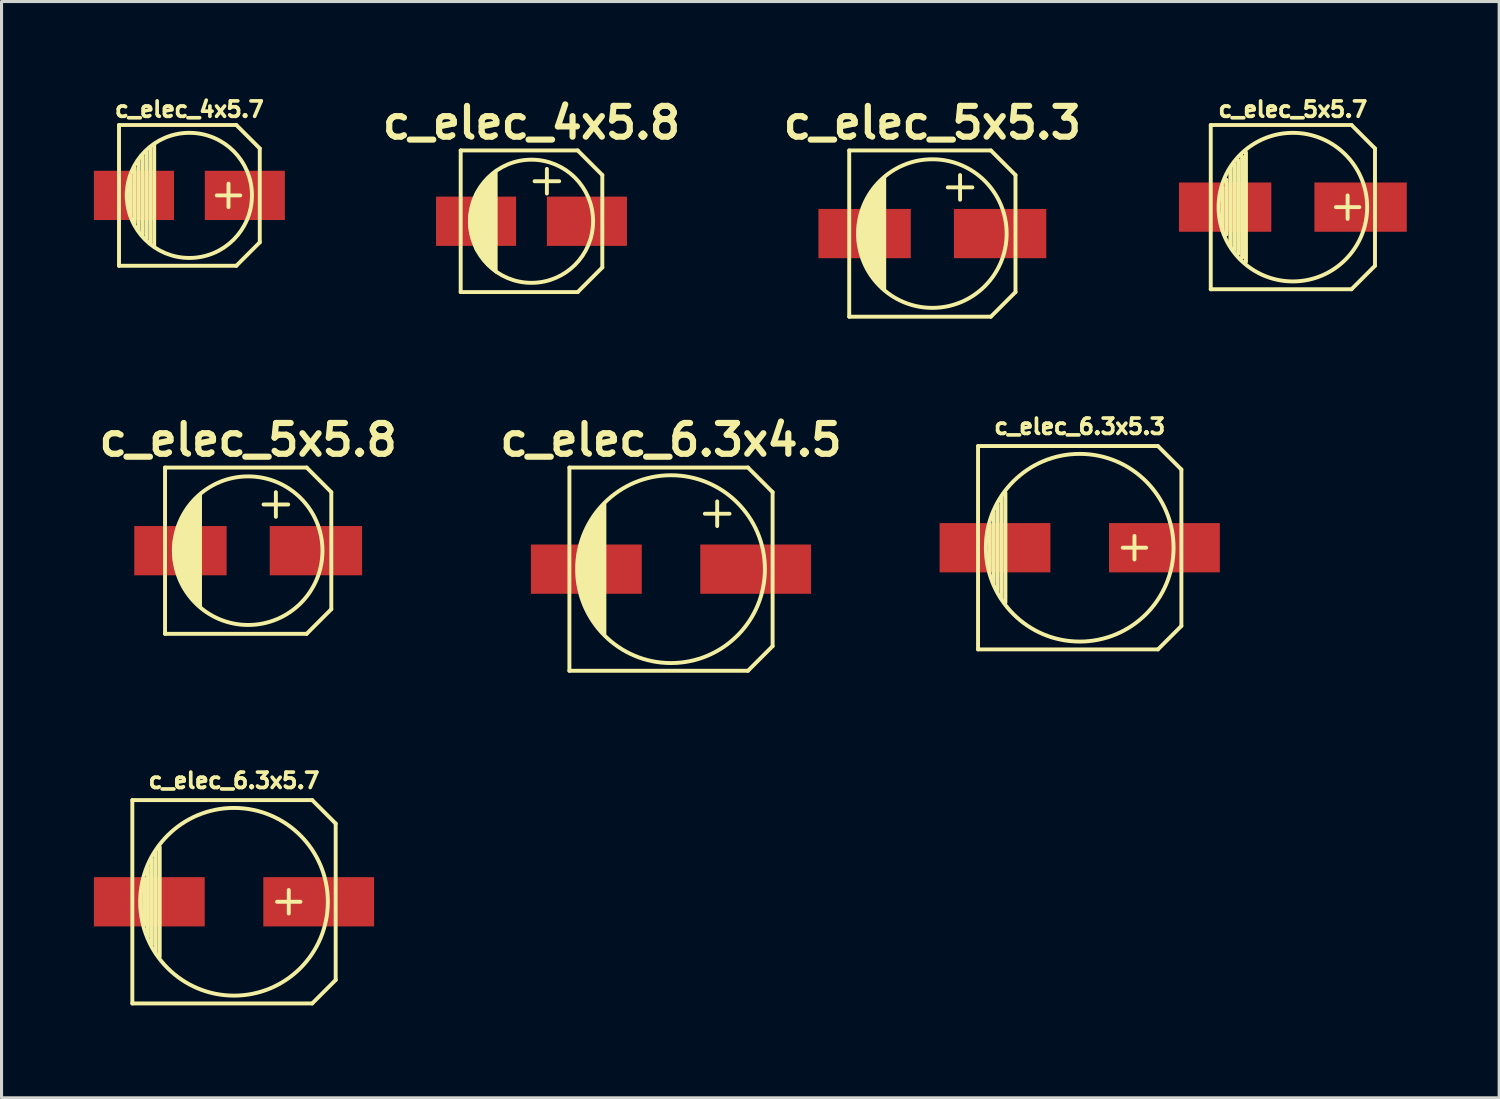
<source format=kicad_pcb>
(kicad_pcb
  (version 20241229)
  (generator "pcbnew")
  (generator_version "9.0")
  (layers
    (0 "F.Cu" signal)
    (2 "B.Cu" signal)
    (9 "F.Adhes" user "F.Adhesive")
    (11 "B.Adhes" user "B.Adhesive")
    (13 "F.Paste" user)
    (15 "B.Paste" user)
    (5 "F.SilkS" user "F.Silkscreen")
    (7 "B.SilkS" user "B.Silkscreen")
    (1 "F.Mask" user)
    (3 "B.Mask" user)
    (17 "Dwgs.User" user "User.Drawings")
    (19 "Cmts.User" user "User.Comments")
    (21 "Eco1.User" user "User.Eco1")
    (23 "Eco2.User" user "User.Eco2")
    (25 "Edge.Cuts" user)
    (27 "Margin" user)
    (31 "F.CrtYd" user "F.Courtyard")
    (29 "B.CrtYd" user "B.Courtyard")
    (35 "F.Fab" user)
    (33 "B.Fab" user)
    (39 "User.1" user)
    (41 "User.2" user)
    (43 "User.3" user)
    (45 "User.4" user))
  (footprint "c_elec_5x5.7"
    (layer "F.Cu")
    (at 38.94 3.677)
    (property "Reference" "c_elec_5x5.7" (at 0 -3.175 0) (layer "F.SilkS") (effects (font (size 0.5 0.5) (thickness 0.119))))
    (attr smd)
    (fp_line (start -2.667 -2.667) (end 1.905 -2.667) (stroke (width 0.127) (type solid)) (layer "F.SilkS"))
    (fp_line (start -2.667 2.667) (end -2.667 -2.667) (stroke (width 0.127) (type solid)) (layer "F.SilkS"))
    (fp_line (start -2.286 -0.635) (end -2.286 0.762) (stroke (width 0.127) (type solid)) (layer "F.SilkS"))
    (fp_line (start -2.159 -0.889) (end -2.159 0.889) (stroke (width 0.127) (type solid)) (layer "F.SilkS"))
    (fp_line (start -2.032 -1.27) (end -2.032 1.27) (stroke (width 0.127) (type solid)) (layer "F.SilkS"))
    (fp_line (start -1.905 1.397) (end -1.905 -1.397) (stroke (width 0.127) (type solid)) (layer "F.SilkS"))
    (fp_line (start -1.778 -1.524) (end -1.778 1.524) (stroke (width 0.127) (type solid)) (layer "F.SilkS"))
    (fp_line (start -1.651 1.651) (end -1.651 -1.651) (stroke (width 0.127) (type solid)) (layer "F.SilkS"))
    (fp_line (start -1.524 -1.778) (end -1.524 1.778) (stroke (width 0.127) (type solid)) (layer "F.SilkS"))
    (fp_line (start 1.778 -0.381) (end 1.778 0.381) (stroke (width 0.127) (type solid)) (layer "F.SilkS"))
    (fp_line (start 1.905 -2.667) (end 2.667 -1.905) (stroke (width 0.127) (type solid)) (layer "F.SilkS"))
    (fp_line (start 1.905 2.667) (end -2.667 2.667) (stroke (width 0.127) (type solid)) (layer "F.SilkS"))
    (fp_line (start 2.159 0) (end 1.397 0) (stroke (width 0.127) (type solid)) (layer "F.SilkS"))
    (fp_line (start 2.667 -1.905) (end 2.667 1.905) (stroke (width 0.127) (type solid)) (layer "F.SilkS"))
    (fp_line (start 2.667 1.905) (end 1.905 2.667) (stroke (width 0.127) (type solid)) (layer "F.SilkS"))
    (fp_circle (center 0 0) (end -2.413 0) (stroke (width 0.127) (type solid)) (fill no) (layer "F.SilkS"))
    (pad "1" smd rect (at 2.2 0) (size 3 1.6) (layers "F.Cu" "F.Mask" "F.Paste"))
    (pad "2" smd rect (at -2.2 0) (size 3 1.6) (layers "F.Cu" "F.Mask" "F.Paste")))
  (footprint "c_elec_5x5.8"
    (layer "F.Cu")
    (at 5.01 14.835)
    (property "Reference" "c_elec_5x5.8" (at 0 -3.6 0) (layer "F.SilkS") (effects (font (size 1 1) (thickness 0.2))))
    (attr smd)
    (fp_line (start -2.7 -2.7) (end 1.9 -2.7) (stroke (width 0.127) (type solid)) (layer "F.SilkS"))
    (fp_line (start -2.7 2.7) (end -2.7 -2.7) (stroke (width 0.127) (type solid)) (layer "F.SilkS"))
    (fp_line (start 0.9 -1.9) (end 0.9 -1.1) (stroke (width 0.127) (type solid)) (layer "F.SilkS"))
    (fp_line (start 1.3 -1.5) (end 0.5 -1.5) (stroke (width 0.127) (type solid)) (layer "F.SilkS"))
    (fp_line (start 1.9 -2.7) (end 2.7 -1.9) (stroke (width 0.127) (type solid)) (layer "F.SilkS"))
    (fp_line (start 1.9 2.7) (end -2.7 2.7) (stroke (width 0.127) (type solid)) (layer "F.SilkS"))
    (fp_line (start 2.7 -1.9) (end 2.7 1.9) (stroke (width 0.127) (type solid)) (layer "F.SilkS"))
    (fp_line (start 2.7 1.9) (end 1.9 2.7) (stroke (width 0.127) (type solid)) (layer "F.SilkS"))
    (fp_circle (center 0 0) (end -2.413 0) (stroke (width 0.127) (type solid)) (fill no) (layer "F.SilkS"))
    (fp_poly (pts (xy -1.55 1.8) (xy -1.9 1.4) (xy -2.2 0.9) (xy -2.4 0.3) (xy -2.4 0) (xy -2.4 -0.3) (xy -2.2 -0.9) (xy -1.9 -1.4) (xy -1.55 -1.8)) (stroke (width 0.1) (type solid)) (fill yes) (layer "F.SilkS"))
    (pad "1" smd rect (at 2.2 0) (size 3 1.6) (layers "F.Cu" "F.Mask" "F.Paste"))
    (pad "2" smd rect (at -2.2 0) (size 3 1.6) (layers "F.Cu" "F.Mask" "F.Paste")))
  (footprint "c_elec_6.3x5.7"
    (layer "F.Cu")
    (at 4.55 26.238)
    (property "Reference" "c_elec_6.3x5.7" (at 0 -3.937 0) (layer "F.SilkS") (effects (font (size 0.5 0.5) (thickness 0.119))))
    (attr smd)
    (fp_line (start -3.302 -3.302) (end -3.302 3.302) (stroke (width 0.127) (type solid)) (layer "F.SilkS"))
    (fp_line (start -3.302 3.302) (end 2.54 3.302) (stroke (width 0.127) (type solid)) (layer "F.SilkS"))
    (fp_line (start -2.921 -0.762) (end -2.921 0.762) (stroke (width 0.127) (type solid)) (layer "F.SilkS"))
    (fp_line (start -2.794 1.143) (end -2.794 -1.143) (stroke (width 0.127) (type solid)) (layer "F.SilkS"))
    (fp_line (start -2.667 -1.397) (end -2.667 1.397) (stroke (width 0.127) (type solid)) (layer "F.SilkS"))
    (fp_line (start -2.54 1.651) (end -2.54 -1.651) (stroke (width 0.127) (type solid)) (layer "F.SilkS"))
    (fp_line (start -2.413 -1.778) (end -2.413 1.778) (stroke (width 0.127) (type solid)) (layer "F.SilkS"))
    (fp_line (start 1.778 -0.381) (end 1.778 0.381) (stroke (width 0.127) (type solid)) (layer "F.SilkS"))
    (fp_line (start 2.159 0) (end 1.397 0) (stroke (width 0.127) (type solid)) (layer "F.SilkS"))
    (fp_line (start 2.54 -3.302) (end -3.302 -3.302) (stroke (width 0.127) (type solid)) (layer "F.SilkS"))
    (fp_line (start 2.54 3.302) (end 3.302 2.54) (stroke (width 0.127) (type solid)) (layer "F.SilkS"))
    (fp_line (start 3.302 -2.54) (end 2.54 -3.302) (stroke (width 0.127) (type solid)) (layer "F.SilkS"))
    (fp_line (start 3.302 2.54) (end 3.302 -2.54) (stroke (width 0.127) (type solid)) (layer "F.SilkS"))
    (fp_circle (center 0 0) (end -3.048 0) (stroke (width 0.127) (type solid)) (fill no) (layer "F.SilkS"))
    (pad "1" smd rect (at 2.751 0) (size 3.599 1.6) (layers "F.Cu" "F.Mask" "F.Paste"))
    (pad "2" smd rect (at -2.751 0) (size 3.599 1.6) (layers "F.Cu" "F.Mask" "F.Paste")))
  (footprint "c_elec_6.3x4.5"
    (layer "F.Cu")
    (at 18.743 15.435)
    (property "Reference" "c_elec_6.3x4.5" (at 0 -4.2 0) (layer "F.SilkS") (effects (font (size 1 1) (thickness 0.2))))
    (attr smd)
    (fp_line (start -3.3 -3.3) (end -3.3 3.3) (stroke (width 0.127) (type solid)) (layer "F.SilkS"))
    (fp_line (start -3.3 3.3) (end 2.5 3.3) (stroke (width 0.127) (type solid)) (layer "F.SilkS"))
    (fp_line (start 1.5 -2.2) (end 1.5 -1.4) (stroke (width 0.127) (type solid)) (layer "F.SilkS"))
    (fp_line (start 1.9 -1.8) (end 1.1 -1.8) (stroke (width 0.127) (type solid)) (layer "F.SilkS"))
    (fp_line (start 2.5 -3.3) (end -3.3 -3.3) (stroke (width 0.127) (type solid)) (layer "F.SilkS"))
    (fp_line (start 2.5 3.3) (end 3.3 2.5) (stroke (width 0.127) (type solid)) (layer "F.SilkS"))
    (fp_line (start 3.3 -2.5) (end 2.5 -3.3) (stroke (width 0.127) (type solid)) (layer "F.SilkS"))
    (fp_line (start 3.3 2.5) (end 3.3 -2.5) (stroke (width 0.127) (type solid)) (layer "F.SilkS"))
    (fp_circle (center 0 0) (end -3.05 0) (stroke (width 0.127) (type solid)) (fill no) (layer "F.SilkS"))
    (fp_poly (pts (xy -2.15 2.1) (xy -2.5 1.7) (xy -2.8 1.1) (xy -3 0.3) (xy -3 0) (xy -3 -0.3) (xy -2.8 -1.1) (xy -2.5 -1.7) (xy -2.15 -2.1)) (stroke (width 0.1) (type solid)) (fill yes) (layer "F.SilkS"))
    (pad "1" smd rect (at 2.75 0) (size 3.6 1.6) (layers "F.Cu" "F.Mask" "F.Paste"))
    (pad "2" smd rect (at -2.75 0) (size 3.6 1.6) (layers "F.Cu" "F.Mask" "F.Paste")))
  (footprint "c_elec_4x5.8"
    (layer "F.Cu")
    (at 14.212 4.136)
    (property "Reference" "c_elec_4x5.8" (at 0 -3.2 0) (layer "F.SilkS") (effects (font (size 1 1) (thickness 0.2))))
    (attr smd)
    (fp_line (start -2.3 -2.3) (end -2.3 2.3) (stroke (width 0.127) (type solid)) (layer "F.SilkS"))
    (fp_line (start 0.5 -1.7) (end 0.5 -0.9) (stroke (width 0.127) (type solid)) (layer "F.SilkS"))
    (fp_line (start 0.9 -1.3) (end 0.1 -1.3) (stroke (width 0.127) (type solid)) (layer "F.SilkS"))
    (fp_line (start 1.5 -2.3) (end -2.3 -2.3) (stroke (width 0.127) (type solid)) (layer "F.SilkS"))
    (fp_line (start 1.5 -2.3) (end 2.3 -1.5) (stroke (width 0.127) (type solid)) (layer "F.SilkS"))
    (fp_line (start 1.5 2.3) (end -2.3 2.3) (stroke (width 0.127) (type solid)) (layer "F.SilkS"))
    (fp_line (start 1.5 2.3) (end 2.3 1.5) (stroke (width 0.127) (type solid)) (layer "F.SilkS"))
    (fp_line (start 2.3 -1.5) (end 2.3 1.5) (stroke (width 0.127) (type solid)) (layer "F.SilkS"))
    (fp_circle (center 0 0) (end -2 0) (stroke (width 0.127) (type solid)) (fill no) (layer "F.SilkS"))
    (fp_poly (pts (xy -1.15 1.65) (xy -1.5 1.3) (xy -1.8 0.9) (xy -2 0.2) (xy -2 0) (xy -2 -0.2) (xy -1.8 -0.9) (xy -1.5 -1.3) (xy -1.15 -1.65)) (stroke (width 0.1) (type solid)) (fill yes) (layer "F.SilkS"))
    (pad "1" smd rect (at 1.8 0) (size 2.6 1.6) (layers "F.Cu" "F.Mask" "F.Paste"))
    (pad "2" smd rect (at -1.8 0) (size 2.6 1.6) (layers "F.Cu" "F.Mask" "F.Paste")))
  (footprint "c_elec_4x5.7"
    (layer "F.Cu")
    (at 3.101 3.296)
    (property "Reference" "c_elec_4x5.7" (at 0 -2.794 0) (layer "F.SilkS") (effects (font (size 0.5 0.5) (thickness 0.119))))
    (attr smd)
    (fp_line (start -2.286 -2.286) (end -2.286 2.286) (stroke (width 0.127) (type solid)) (layer "F.SilkS"))
    (fp_line (start -2.032 0.127) (end -2.032 -0.127) (stroke (width 0.127) (type solid)) (layer "F.SilkS"))
    (fp_line (start -1.905 -0.635) (end -1.905 0.635) (stroke (width 0.127) (type solid)) (layer "F.SilkS"))
    (fp_line (start -1.778 0.889) (end -1.778 -0.889) (stroke (width 0.127) (type solid)) (layer "F.SilkS"))
    (fp_line (start -1.651 1.143) (end -1.651 -1.143) (stroke (width 0.127) (type solid)) (layer "F.SilkS"))
    (fp_line (start -1.524 -1.27) (end -1.524 1.27) (stroke (width 0.127) (type solid)) (layer "F.SilkS"))
    (fp_line (start -1.397 1.397) (end -1.397 -1.397) (stroke (width 0.127) (type solid)) (layer "F.SilkS"))
    (fp_line (start -1.27 -1.524) (end -1.27 1.524) (stroke (width 0.127) (type solid)) (layer "F.SilkS"))
    (fp_line (start -1.143 -1.651) (end -1.143 1.651) (stroke (width 0.127) (type solid)) (layer "F.SilkS"))
    (fp_line (start 1.27 -0.381) (end 1.27 0.381) (stroke (width 0.127) (type solid)) (layer "F.SilkS"))
    (fp_line (start 1.524 -2.286) (end -2.286 -2.286) (stroke (width 0.127) (type solid)) (layer "F.SilkS"))
    (fp_line (start 1.524 -2.286) (end 2.286 -1.524) (stroke (width 0.127) (type solid)) (layer "F.SilkS"))
    (fp_line (start 1.524 2.286) (end -2.286 2.286) (stroke (width 0.127) (type solid)) (layer "F.SilkS"))
    (fp_line (start 1.524 2.286) (end 2.286 1.524) (stroke (width 0.127) (type solid)) (layer "F.SilkS"))
    (fp_line (start 1.651 0) (end 0.889 0) (stroke (width 0.127) (type solid)) (layer "F.SilkS"))
    (fp_line (start 2.286 -1.524) (end 2.286 1.524) (stroke (width 0.127) (type solid)) (layer "F.SilkS"))
    (fp_circle (center 0 0) (end -2.032 0) (stroke (width 0.127) (type solid)) (fill no) (layer "F.SilkS"))
    (pad "1" smd rect (at 1.801 0) (size 2.601 1.6) (layers "F.Cu" "F.Mask" "F.Paste"))
    (pad "2" smd rect (at -1.801 0) (size 2.601 1.6) (layers "F.Cu" "F.Mask" "F.Paste")))
  (footprint "c_elec_6.3x5.3"
    (layer "F.Cu")
    (at 32.017 14.739)
    (property "Reference" "c_elec_6.3x5.3" (at 0 -3.937 0) (layer "F.SilkS") (effects (font (size 0.5 0.5) (thickness 0.119))))
    (attr smd)
    (fp_line (start -3.302 -3.302) (end -3.302 3.302) (stroke (width 0.127) (type solid)) (layer "F.SilkS"))
    (fp_line (start -3.302 3.302) (end 2.54 3.302) (stroke (width 0.127) (type solid)) (layer "F.SilkS"))
    (fp_line (start -2.921 -0.762) (end -2.921 0.762) (stroke (width 0.127) (type solid)) (layer "F.SilkS"))
    (fp_line (start -2.794 1.143) (end -2.794 -1.143) (stroke (width 0.127) (type solid)) (layer "F.SilkS"))
    (fp_line (start -2.667 -1.397) (end -2.667 1.397) (stroke (width 0.127) (type solid)) (layer "F.SilkS"))
    (fp_line (start -2.54 1.651) (end -2.54 -1.651) (stroke (width 0.127) (type solid)) (layer "F.SilkS"))
    (fp_line (start -2.413 -1.778) (end -2.413 1.778) (stroke (width 0.127) (type solid)) (layer "F.SilkS"))
    (fp_line (start 1.778 -0.381) (end 1.778 0.381) (stroke (width 0.127) (type solid)) (layer "F.SilkS"))
    (fp_line (start 2.159 0) (end 1.397 0) (stroke (width 0.127) (type solid)) (layer "F.SilkS"))
    (fp_line (start 2.54 -3.302) (end -3.302 -3.302) (stroke (width 0.127) (type solid)) (layer "F.SilkS"))
    (fp_line (start 2.54 3.302) (end 3.302 2.54) (stroke (width 0.127) (type solid)) (layer "F.SilkS"))
    (fp_line (start 3.302 -2.54) (end 2.54 -3.302) (stroke (width 0.127) (type solid)) (layer "F.SilkS"))
    (fp_line (start 3.302 2.54) (end 3.302 -2.54) (stroke (width 0.127) (type solid)) (layer "F.SilkS"))
    (fp_circle (center 0 0) (end -3.048 0) (stroke (width 0.127) (type solid)) (fill no) (layer "F.SilkS"))
    (pad "1" smd rect (at 2.751 0) (size 3.599 1.6) (layers "F.Cu" "F.Mask" "F.Paste"))
    (pad "2" smd rect (at -2.751 0) (size 3.599 1.6) (layers "F.Cu" "F.Mask" "F.Paste")))
  (footprint "c_elec_5x5.3"
    (layer "F.Cu")
    (at 27.231 4.536)
    (property "Reference" "c_elec_5x5.3" (at 0 -3.6 0) (layer "F.SilkS") (effects (font (size 1 1) (thickness 0.2))))
    (attr smd)
    (fp_line (start -2.7 -2.7) (end 1.9 -2.7) (stroke (width 0.127) (type solid)) (layer "F.SilkS"))
    (fp_line (start -2.7 2.7) (end -2.7 -2.7) (stroke (width 0.127) (type solid)) (layer "F.SilkS"))
    (fp_line (start 0.9 -1.9) (end 0.9 -1.1) (stroke (width 0.127) (type solid)) (layer "F.SilkS"))
    (fp_line (start 1.3 -1.5) (end 0.5 -1.5) (stroke (width 0.127) (type solid)) (layer "F.SilkS"))
    (fp_line (start 1.9 -2.7) (end 2.7 -1.9) (stroke (width 0.127) (type solid)) (layer "F.SilkS"))
    (fp_line (start 1.9 2.7) (end -2.7 2.7) (stroke (width 0.127) (type solid)) (layer "F.SilkS"))
    (fp_line (start 2.7 -1.9) (end 2.7 1.9) (stroke (width 0.127) (type solid)) (layer "F.SilkS"))
    (fp_line (start 2.7 1.9) (end 1.9 2.7) (stroke (width 0.127) (type solid)) (layer "F.SilkS"))
    (fp_circle (center 0 0) (end -2.413 0) (stroke (width 0.127) (type solid)) (fill no) (layer "F.SilkS"))
    (fp_poly (pts (xy -1.55 1.8) (xy -1.9 1.4) (xy -2.2 0.9) (xy -2.4 0.3) (xy -2.4 0) (xy -2.4 -0.3) (xy -2.2 -0.9) (xy -1.9 -1.4) (xy -1.55 -1.8)) (stroke (width 0.1) (type solid)) (fill yes) (layer "F.SilkS"))
    (pad "1" smd rect (at 2.2 0) (size 3 1.6) (layers "F.Cu" "F.Mask" "F.Paste"))
    (pad "2" smd rect (at -2.2 0) (size 3 1.6) (layers "F.Cu" "F.Mask" "F.Paste")))
  (gr_rect
    (start -3 -3)
    (end 45.64 32.604)
    (stroke (width 0.1) (type default))
    (fill no)
    (layer "Edge.Cuts")))
</source>
